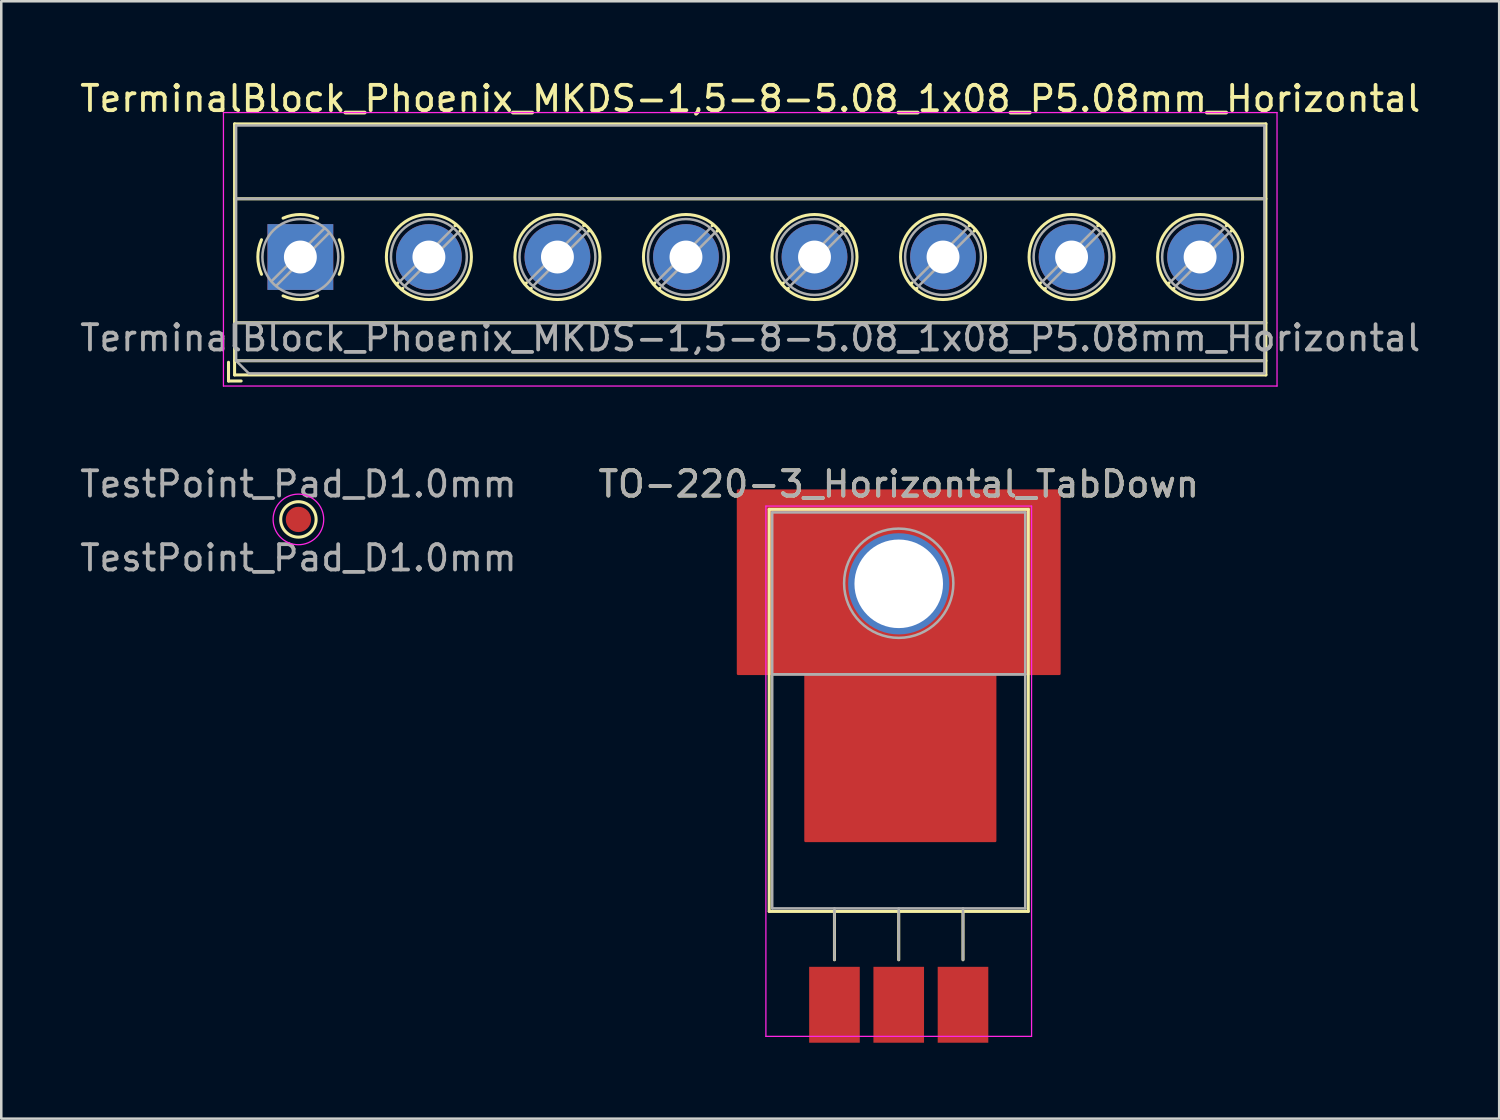
<source format=kicad_pcb>
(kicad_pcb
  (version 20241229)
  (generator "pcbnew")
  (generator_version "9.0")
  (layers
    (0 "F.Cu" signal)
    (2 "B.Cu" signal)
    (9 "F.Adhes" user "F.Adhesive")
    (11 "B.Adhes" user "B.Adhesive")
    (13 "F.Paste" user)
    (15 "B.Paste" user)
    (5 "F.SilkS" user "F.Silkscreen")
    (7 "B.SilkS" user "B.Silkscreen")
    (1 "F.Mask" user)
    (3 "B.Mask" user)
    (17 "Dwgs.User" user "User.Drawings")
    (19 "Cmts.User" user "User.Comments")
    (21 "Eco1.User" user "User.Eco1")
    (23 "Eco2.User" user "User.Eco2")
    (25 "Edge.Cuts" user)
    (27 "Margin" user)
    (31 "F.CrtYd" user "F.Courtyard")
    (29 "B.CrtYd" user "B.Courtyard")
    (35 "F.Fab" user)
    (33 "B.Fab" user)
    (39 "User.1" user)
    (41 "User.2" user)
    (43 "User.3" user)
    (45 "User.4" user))
  (footprint "TO-220-3_Horizontal_TabDown"
    (layer "F.Cu")
    (at 29.93 36.661)
    (property "Reference" "TO-220-3_Horizontal_TabDown" (at 2.54 -20.58 0) (layer "F.SilkS") (effects (font (size 1 1) (thickness 0.15))))
    (attr through_hole)
    (fp_poly (pts (xy 8.89 -13.081) (xy 6.35 -13.081) (xy 6.35 -6.477) (xy -1.143 -6.477) (xy -1.143 -9.017) (xy -1.143 -13.081) (xy -3.81 -13.081) (xy -3.81 -20.32) (xy 8.89 -20.32)) (stroke (width 0.1) (type solid)) (fill yes) (layer "F.Cu"))
    (fp_poly (pts (xy 8.89 -13.081) (xy 6.35 -13.081) (xy 6.35 -6.477) (xy -1.143 -6.477) (xy -1.143 -9.017) (xy -1.143 -13.081) (xy -3.81 -13.081) (xy -3.81 -20.32) (xy 8.89 -20.32)) (stroke (width 0.1) (type solid)) (fill yes) (layer "F.Mask"))
    (fp_line (start -2.58 -19.58) (end -2.58 -3.69) (stroke (width 0.12) (type solid)) (layer "F.SilkS"))
    (fp_line (start -2.58 -19.58) (end 7.66 -19.58) (stroke (width 0.12) (type solid)) (layer "F.SilkS"))
    (fp_line (start -2.58 -3.69) (end 7.66 -3.69) (stroke (width 0.12) (type solid)) (layer "F.SilkS"))
    (fp_line (start 0 -3.69) (end 0 -1.778) (stroke (width 0.12) (type solid)) (layer "F.SilkS"))
    (fp_line (start 2.54 -3.69) (end 2.54 -1.778) (stroke (width 0.12) (type solid)) (layer "F.SilkS"))
    (fp_line (start 5.08 -3.69) (end 5.08 -1.778) (stroke (width 0.12) (type solid)) (layer "F.SilkS"))
    (fp_line (start 7.66 -19.58) (end 7.66 -3.69) (stroke (width 0.12) (type solid)) (layer "F.SilkS"))
    (fp_line (start -2.71 -19.71) (end -2.71 1.25) (stroke (width 0.05) (type solid)) (layer "F.CrtYd"))
    (fp_line (start -2.71 1.25) (end 7.79 1.25) (stroke (width 0.05) (type solid)) (layer "F.CrtYd"))
    (fp_line (start 7.79 -19.71) (end -2.71 -19.71) (stroke (width 0.05) (type solid)) (layer "F.CrtYd"))
    (fp_line (start 7.79 1.25) (end 7.79 -19.71) (stroke (width 0.05) (type solid)) (layer "F.CrtYd"))
    (fp_line (start -2.46 -19.46) (end 7.54 -19.46) (stroke (width 0.1) (type solid)) (layer "F.Fab"))
    (fp_line (start -2.46 -13.06) (end -2.46 -19.46) (stroke (width 0.1) (type solid)) (layer "F.Fab"))
    (fp_line (start -2.46 -13.06) (end 7.54 -13.06) (stroke (width 0.1) (type solid)) (layer "F.Fab"))
    (fp_line (start -2.46 -3.81) (end -2.46 -13.06) (stroke (width 0.1) (type solid)) (layer "F.Fab"))
    (fp_line (start 0 -3.81) (end 0 -1.778) (stroke (width 0.1) (type solid)) (layer "F.Fab"))
    (fp_line (start 2.54 -3.81) (end 2.54 -1.778) (stroke (width 0.1) (type solid)) (layer "F.Fab"))
    (fp_line (start 5.08 -3.81) (end 5.08 -1.778) (stroke (width 0.1) (type solid)) (layer "F.Fab"))
    (fp_line (start 7.54 -19.46) (end 7.54 -13.06) (stroke (width 0.1) (type solid)) (layer "F.Fab"))
    (fp_line (start 7.54 -13.06) (end -2.46 -13.06) (stroke (width 0.1) (type solid)) (layer "F.Fab"))
    (fp_line (start 7.54 -13.06) (end 7.54 -3.81) (stroke (width 0.1) (type solid)) (layer "F.Fab"))
    (fp_line (start 7.54 -3.81) (end -2.46 -3.81) (stroke (width 0.1) (type solid)) (layer "F.Fab"))
    (fp_circle (center 2.54 -16.66) (end 4.699 -16.66) (stroke (width 0.1) (type solid)) (fill no) (layer "F.Fab"))
    (fp_text user "${REFERENCE}" (at 2.54 -20.58 0) (layer "F.Fab") (effects (font (size 1 1) (thickness 0.15))))
    (pad "1" smd rect (at 0 0) (size 2 3) (layers "F.Cu" "F.Mask"))
    (pad "2" thru_hole circle (at 2.54 -16.637) (size 4 4) (drill 3.5) (layers "*.Cu" "*.Mask"))
    (pad "2" smd rect (at 2.54 0) (size 2 3) (layers "F.Cu" "F.Mask"))
    (pad "3" smd rect (at 5.08 0) (size 2 3) (layers "F.Cu" "F.Mask")))
  (footprint "TerminalBlock_Phoenix_MKDS-1,5-8-5.08_1x08_P5.08mm_Horizontal"
    (layer "F.Cu")
    (at 8.821 7.108)
    (property "Reference" "TerminalBlock_Phoenix_MKDS-1,5-8-5.08_1x08_P5.08mm_Horizontal" (at 17.78 -6.26 0) (layer "F.SilkS") (effects (font (size 1 1) (thickness 0.15))))
    (attr through_hole)
    (fp_line (start -2.84 4.16) (end -2.84 4.9) (stroke (width 0.12) (type solid)) (layer "F.SilkS"))
    (fp_line (start -2.84 4.9) (end -2.34 4.9) (stroke (width 0.12) (type solid)) (layer "F.SilkS"))
    (fp_line (start -2.6 -5.261) (end -2.6 4.66) (stroke (width 0.12) (type solid)) (layer "F.SilkS"))
    (fp_line (start -2.6 -5.261) (end 38.16 -5.261) (stroke (width 0.12) (type solid)) (layer "F.SilkS"))
    (fp_line (start -2.6 -2.301) (end 38.16 -2.301) (stroke (width 0.12) (type solid)) (layer "F.SilkS"))
    (fp_line (start -2.6 2.6) (end 38.16 2.6) (stroke (width 0.12) (type solid)) (layer "F.SilkS"))
    (fp_line (start -2.6 4.1) (end 38.16 4.1) (stroke (width 0.12) (type solid)) (layer "F.SilkS"))
    (fp_line (start -2.6 4.66) (end 38.16 4.66) (stroke (width 0.12) (type solid)) (layer "F.SilkS"))
    (fp_line (start 3.853 1.023) (end 3.806 1.069) (stroke (width 0.12) (type solid)) (layer "F.SilkS"))
    (fp_line (start 4.046 1.239) (end 4.011 1.274) (stroke (width 0.12) (type solid)) (layer "F.SilkS"))
    (fp_line (start 6.15 -1.275) (end 6.115 -1.239) (stroke (width 0.12) (type solid)) (layer "F.SilkS"))
    (fp_line (start 6.355 -1.069) (end 6.308 -1.023) (stroke (width 0.12) (type solid)) (layer "F.SilkS"))
    (fp_line (start 8.933 1.023) (end 8.886 1.069) (stroke (width 0.12) (type solid)) (layer "F.SilkS"))
    (fp_line (start 9.126 1.239) (end 9.091 1.274) (stroke (width 0.12) (type solid)) (layer "F.SilkS"))
    (fp_line (start 11.23 -1.275) (end 11.195 -1.239) (stroke (width 0.12) (type solid)) (layer "F.SilkS"))
    (fp_line (start 11.435 -1.069) (end 11.388 -1.023) (stroke (width 0.12) (type solid)) (layer "F.SilkS"))
    (fp_line (start 14.013 1.023) (end 13.966 1.069) (stroke (width 0.12) (type solid)) (layer "F.SilkS"))
    (fp_line (start 14.206 1.239) (end 14.171 1.274) (stroke (width 0.12) (type solid)) (layer "F.SilkS"))
    (fp_line (start 16.31 -1.275) (end 16.275 -1.239) (stroke (width 0.12) (type solid)) (layer "F.SilkS"))
    (fp_line (start 16.515 -1.069) (end 16.468 -1.023) (stroke (width 0.12) (type solid)) (layer "F.SilkS"))
    (fp_line (start 19.093 1.023) (end 19.046 1.069) (stroke (width 0.12) (type solid)) (layer "F.SilkS"))
    (fp_line (start 19.286 1.239) (end 19.251 1.274) (stroke (width 0.12) (type solid)) (layer "F.SilkS"))
    (fp_line (start 21.39 -1.275) (end 21.355 -1.239) (stroke (width 0.12) (type solid)) (layer "F.SilkS"))
    (fp_line (start 21.595 -1.069) (end 21.548 -1.023) (stroke (width 0.12) (type solid)) (layer "F.SilkS"))
    (fp_line (start 24.173 1.023) (end 24.126 1.069) (stroke (width 0.12) (type solid)) (layer "F.SilkS"))
    (fp_line (start 24.366 1.239) (end 24.331 1.274) (stroke (width 0.12) (type solid)) (layer "F.SilkS"))
    (fp_line (start 26.47 -1.275) (end 26.435 -1.239) (stroke (width 0.12) (type solid)) (layer "F.SilkS"))
    (fp_line (start 26.675 -1.069) (end 26.628 -1.023) (stroke (width 0.12) (type solid)) (layer "F.SilkS"))
    (fp_line (start 29.253 1.023) (end 29.206 1.069) (stroke (width 0.12) (type solid)) (layer "F.SilkS"))
    (fp_line (start 29.446 1.239) (end 29.411 1.274) (stroke (width 0.12) (type solid)) (layer "F.SilkS"))
    (fp_line (start 31.55 -1.275) (end 31.515 -1.239) (stroke (width 0.12) (type solid)) (layer "F.SilkS"))
    (fp_line (start 31.755 -1.069) (end 31.708 -1.023) (stroke (width 0.12) (type solid)) (layer "F.SilkS"))
    (fp_line (start 34.333 1.023) (end 34.286 1.069) (stroke (width 0.12) (type solid)) (layer "F.SilkS"))
    (fp_line (start 34.526 1.239) (end 34.491 1.274) (stroke (width 0.12) (type solid)) (layer "F.SilkS"))
    (fp_line (start 36.63 -1.275) (end 36.595 -1.239) (stroke (width 0.12) (type solid)) (layer "F.SilkS"))
    (fp_line (start 36.835 -1.069) (end 36.788 -1.023) (stroke (width 0.12) (type solid)) (layer "F.SilkS"))
    (fp_line (start 38.16 -5.261) (end 38.16 4.66) (stroke (width 0.12) (type solid)) (layer "F.SilkS"))
    (fp_arc (start -1.535427 0.683042) (mid -1.680501 -0.000524) (end -1.535 -0.684) (stroke (width 0.12) (type solid)) (layer "F.SilkS"))
    (fp_arc (start -0.683042 -1.535427) (mid 0.000524 -1.680501) (end 0.684 -1.535) (stroke (width 0.12) (type solid)) (layer "F.SilkS"))
    (fp_arc (start 0.028805 1.680253) (mid -0.335551 1.646659) (end -0.684 1.535) (stroke (width 0.12) (type solid)) (layer "F.SilkS"))
    (fp_arc (start 0.683318 1.534756) (mid 0.349292 1.643288) (end 0 1.68) (stroke (width 0.12) (type solid)) (layer "F.SilkS"))
    (fp_arc (start 1.535427 -0.683042) (mid 1.680501 0.000524) (end 1.535 0.684) (stroke (width 0.12) (type solid)) (layer "F.SilkS"))
    (fp_circle (center 5.08 0) (end 6.76 0) (stroke (width 0.12) (type solid)) (fill no) (layer "F.SilkS"))
    (fp_circle (center 10.16 0) (end 11.84 0) (stroke (width 0.12) (type solid)) (fill no) (layer "F.SilkS"))
    (fp_circle (center 15.24 0) (end 16.92 0) (stroke (width 0.12) (type solid)) (fill no) (layer "F.SilkS"))
    (fp_circle (center 20.32 0) (end 22 0) (stroke (width 0.12) (type solid)) (fill no) (layer "F.SilkS"))
    (fp_circle (center 25.4 0) (end 27.08 0) (stroke (width 0.12) (type solid)) (fill no) (layer "F.SilkS"))
    (fp_circle (center 30.48 0) (end 32.16 0) (stroke (width 0.12) (type solid)) (fill no) (layer "F.SilkS"))
    (fp_circle (center 35.56 0) (end 37.24 0) (stroke (width 0.12) (type solid)) (fill no) (layer "F.SilkS"))
    (fp_line (start -3.04 -5.71) (end -3.04 5.1) (stroke (width 0.05) (type solid)) (layer "F.CrtYd"))
    (fp_line (start -3.04 5.1) (end 38.6 5.1) (stroke (width 0.05) (type solid)) (layer "F.CrtYd"))
    (fp_line (start 38.6 -5.71) (end -3.04 -5.71) (stroke (width 0.05) (type solid)) (layer "F.CrtYd"))
    (fp_line (start 38.6 5.1) (end 38.6 -5.71) (stroke (width 0.05) (type solid)) (layer "F.CrtYd"))
    (fp_line (start -2.54 -5.2) (end 38.1 -5.2) (stroke (width 0.1) (type solid)) (layer "F.Fab"))
    (fp_line (start -2.54 -2.3) (end 38.1 -2.3) (stroke (width 0.1) (type solid)) (layer "F.Fab"))
    (fp_line (start -2.54 2.6) (end 38.1 2.6) (stroke (width 0.1) (type solid)) (layer "F.Fab"))
    (fp_line (start -2.54 4.1) (end -2.54 -5.2) (stroke (width 0.1) (type solid)) (layer "F.Fab"))
    (fp_line (start -2.54 4.1) (end 38.1 4.1) (stroke (width 0.1) (type solid)) (layer "F.Fab"))
    (fp_line (start -2.04 4.6) (end -2.54 4.1) (stroke (width 0.1) (type solid)) (layer "F.Fab"))
    (fp_line (start 0.955 -1.138) (end -1.138 0.955) (stroke (width 0.1) (type solid)) (layer "F.Fab"))
    (fp_line (start 1.138 -0.955) (end -0.955 1.138) (stroke (width 0.1) (type solid)) (layer "F.Fab"))
    (fp_line (start 6.035 -1.138) (end 3.943 0.955) (stroke (width 0.1) (type solid)) (layer "F.Fab"))
    (fp_line (start 6.218 -0.955) (end 4.126 1.138) (stroke (width 0.1) (type solid)) (layer "F.Fab"))
    (fp_line (start 11.115 -1.138) (end 9.023 0.955) (stroke (width 0.1) (type solid)) (layer "F.Fab"))
    (fp_line (start 11.298 -0.955) (end 9.206 1.138) (stroke (width 0.1) (type solid)) (layer "F.Fab"))
    (fp_line (start 16.195 -1.138) (end 14.103 0.955) (stroke (width 0.1) (type solid)) (layer "F.Fab"))
    (fp_line (start 16.378 -0.955) (end 14.286 1.138) (stroke (width 0.1) (type solid)) (layer "F.Fab"))
    (fp_line (start 21.275 -1.138) (end 19.183 0.955) (stroke (width 0.1) (type solid)) (layer "F.Fab"))
    (fp_line (start 21.458 -0.955) (end 19.366 1.138) (stroke (width 0.1) (type solid)) (layer "F.Fab"))
    (fp_line (start 26.355 -1.138) (end 24.263 0.955) (stroke (width 0.1) (type solid)) (layer "F.Fab"))
    (fp_line (start 26.538 -0.955) (end 24.446 1.138) (stroke (width 0.1) (type solid)) (layer "F.Fab"))
    (fp_line (start 31.435 -1.138) (end 29.343 0.955) (stroke (width 0.1) (type solid)) (layer "F.Fab"))
    (fp_line (start 31.618 -0.955) (end 29.526 1.138) (stroke (width 0.1) (type solid)) (layer "F.Fab"))
    (fp_line (start 36.515 -1.138) (end 34.423 0.955) (stroke (width 0.1) (type solid)) (layer "F.Fab"))
    (fp_line (start 36.698 -0.955) (end 34.606 1.138) (stroke (width 0.1) (type solid)) (layer "F.Fab"))
    (fp_line (start 38.1 -5.2) (end 38.1 4.6) (stroke (width 0.1) (type solid)) (layer "F.Fab"))
    (fp_line (start 38.1 4.6) (end -2.04 4.6) (stroke (width 0.1) (type solid)) (layer "F.Fab"))
    (fp_circle (center 0 0) (end 1.5 0) (stroke (width 0.1) (type solid)) (fill no) (layer "F.Fab"))
    (fp_circle (center 5.08 0) (end 6.58 0) (stroke (width 0.1) (type solid)) (fill no) (layer "F.Fab"))
    (fp_circle (center 10.16 0) (end 11.66 0) (stroke (width 0.1) (type solid)) (fill no) (layer "F.Fab"))
    (fp_circle (center 15.24 0) (end 16.74 0) (stroke (width 0.1) (type solid)) (fill no) (layer "F.Fab"))
    (fp_circle (center 20.32 0) (end 21.82 0) (stroke (width 0.1) (type solid)) (fill no) (layer "F.Fab"))
    (fp_circle (center 25.4 0) (end 26.9 0) (stroke (width 0.1) (type solid)) (fill no) (layer "F.Fab"))
    (fp_circle (center 30.48 0) (end 31.98 0) (stroke (width 0.1) (type solid)) (fill no) (layer "F.Fab"))
    (fp_circle (center 35.56 0) (end 37.06 0) (stroke (width 0.1) (type solid)) (fill no) (layer "F.Fab"))
    (fp_text user "${REFERENCE}" (at 17.78 3.2 0) (layer "F.Fab") (effects (font (size 1 1) (thickness 0.15))))
    (pad "1" thru_hole rect (at 0 0) (size 2.6 2.6) (drill 1.3) (layers "*.Cu" "*.Mask"))
    (pad "2" thru_hole circle (at 5.08 0) (size 2.6 2.6) (drill 1.3) (layers "*.Cu" "*.Mask"))
    (pad "3" thru_hole circle (at 10.16 0) (size 2.6 2.6) (drill 1.3) (layers "*.Cu" "*.Mask"))
    (pad "4" thru_hole circle (at 15.24 0) (size 2.6 2.6) (drill 1.3) (layers "*.Cu" "*.Mask"))
    (pad "5" thru_hole circle (at 20.32 0) (size 2.6 2.6) (drill 1.3) (layers "*.Cu" "*.Mask"))
    (pad "6" thru_hole circle (at 25.4 0) (size 2.6 2.6) (drill 1.3) (layers "*.Cu" "*.Mask"))
    (pad "7" thru_hole circle (at 30.48 0) (size 2.6 2.6) (drill 1.3) (layers "*.Cu" "*.Mask"))
    (pad "8" thru_hole circle (at 35.56 0) (size 2.6 2.6) (drill 1.3) (layers "*.Cu" "*.Mask")))
  (footprint "TestPoint_Pad_D1.0mm"
    (layer "F.Cu")
    (at 8.744 17.479)
    (property "Reference" "TestPoint_Pad_D1.0mm" (at 0 1.524 0) (layer "F.Fab") (effects (font (size 1 1) (thickness 0.15))))
    (attr exclude_from_pos_files exclude_from_bom)
    (fp_circle (center 0 0) (end 0 0.7) (stroke (width 0.12) (type solid)) (fill no) (layer "F.SilkS"))
    (fp_circle (center 0 0) (end 1 0) (stroke (width 0.05) (type solid)) (fill no) (layer "F.CrtYd"))
    (fp_text user "${REFERENCE}" (at 0 -1.397 0) (layer "F.Fab") (effects (font (size 1 1) (thickness 0.15))))
    (pad "1" smd circle (at 0 0) (size 1 1) (layers "F.Cu" "F.Mask")))
  (gr_rect
    (start -3 -3)
    (end 56.202 41.161)
    (stroke (width 0.1) (type default))
    (fill no)
    (layer "Edge.Cuts")))
</source>
